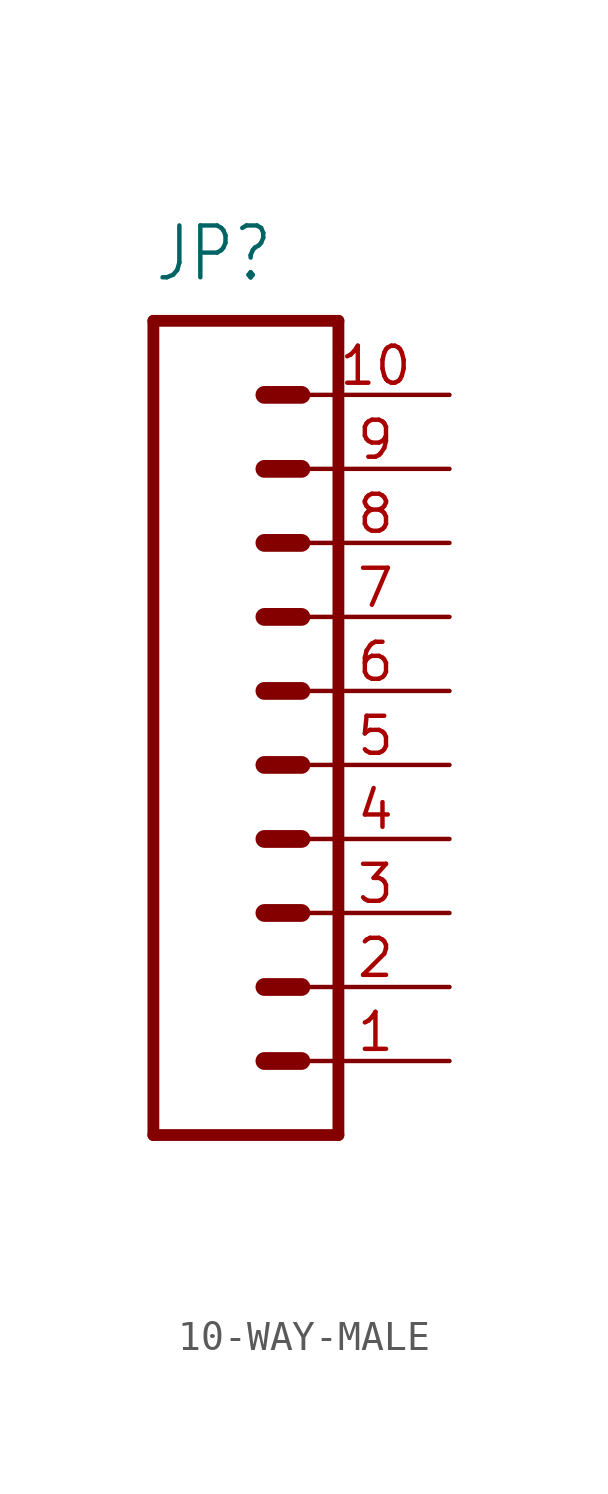
<source format=kicad_sym>
(kicad_symbol_lib
  (version 20220914)
  (generator kicad_symbol_editor)
  (symbol "10-WAY-MALE"
    (property "Reference" "JP"
      (at 0 8.89 0)
      (effects (font (size 1.778 1.511)) (justify left bottom)))
    (property "Value" ""
      (at 0 -22.86 0)
      (effects (font (size 1.778 1.511)) (justify left bottom)))
    (property "ki_locked" ""
      (at 0 0 0)
      (effects (font (size 1.27 1.27))))
    (symbol "10-WAY-MALE_1_0"
      (polyline (pts (xy 0 7.62) (xy 0 -20.32)) (stroke (width 0.406) (type solid)) (fill (type none)))
      (polyline (pts (xy 0 7.62) (xy 6.35 7.62)) (stroke (width 0.406) (type solid)) (fill (type none)))
      (polyline (pts (xy 3.81 -17.78) (xy 5.08 -17.78)) (stroke (width 0.61) (type solid)) (fill (type none)))
      (polyline (pts (xy 3.81 -15.24) (xy 5.08 -15.24)) (stroke (width 0.61) (type solid)) (fill (type none)))
      (polyline (pts (xy 3.81 -12.7) (xy 5.08 -12.7)) (stroke (width 0.61) (type solid)) (fill (type none)))
      (polyline (pts (xy 3.81 -10.16) (xy 5.08 -10.16)) (stroke (width 0.61) (type solid)) (fill (type none)))
      (polyline (pts (xy 3.81 -7.62) (xy 5.08 -7.62)) (stroke (width 0.61) (type solid)) (fill (type none)))
      (polyline (pts (xy 3.81 -5.08) (xy 5.08 -5.08)) (stroke (width 0.61) (type solid)) (fill (type none)))
      (polyline (pts (xy 3.81 -2.54) (xy 5.08 -2.54)) (stroke (width 0.61) (type solid)) (fill (type none)))
      (polyline (pts (xy 3.81 0) (xy 5.08 0)) (stroke (width 0.61) (type solid)) (fill (type none)))
      (polyline (pts (xy 3.81 2.54) (xy 5.08 2.54)) (stroke (width 0.61) (type solid)) (fill (type none)))
      (polyline (pts (xy 3.81 5.08) (xy 5.08 5.08)) (stroke (width 0.61) (type solid)) (fill (type none)))
      (polyline (pts (xy 6.35 -20.32) (xy 0 -20.32)) (stroke (width 0.406) (type solid)) (fill (type none)))
      (polyline (pts (xy 6.35 -20.32) (xy 6.35 7.62)) (stroke (width 0.406) (type solid)) (fill (type none)))
      (pin passive line (at 10.16 -17.78 180) (length 5.08) (name "1" (effects (font (size 0 0)))) (number "1" (effects (font (size 1.27 1.27)))))
      (pin passive line (at 10.16 5.08 180) (length 5.08) (name "10" (effects (font (size 0 0)))) (number "10" (effects (font (size 1.27 1.27)))))
      (pin passive line (at 10.16 -15.24 180) (length 5.08) (name "2" (effects (font (size 0 0)))) (number "2" (effects (font (size 1.27 1.27)))))
      (pin passive line (at 10.16 -12.7 180) (length 5.08) (name "3" (effects (font (size 0 0)))) (number "3" (effects (font (size 1.27 1.27)))))
      (pin passive line (at 10.16 -10.16 180) (length 5.08) (name "4" (effects (font (size 0 0)))) (number "4" (effects (font (size 1.27 1.27)))))
      (pin passive line (at 10.16 -7.62 180) (length 5.08) (name "5" (effects (font (size 0 0)))) (number "5" (effects (font (size 1.27 1.27)))))
      (pin passive line (at 10.16 -5.08 180) (length 5.08) (name "6" (effects (font (size 0 0)))) (number "6" (effects (font (size 1.27 1.27)))))
      (pin passive line (at 10.16 -2.54 180) (length 5.08) (name "7" (effects (font (size 0 0)))) (number "7" (effects (font (size 1.27 1.27)))))
      (pin passive line (at 10.16 0 180) (length 5.08) (name "8" (effects (font (size 0 0)))) (number "8" (effects (font (size 1.27 1.27)))))
      (pin passive line (at 10.16 2.54 180) (length 5.08) (name "9" (effects (font (size 0 0)))) (number "9" (effects (font (size 1.27 1.27))))))))
</source>
